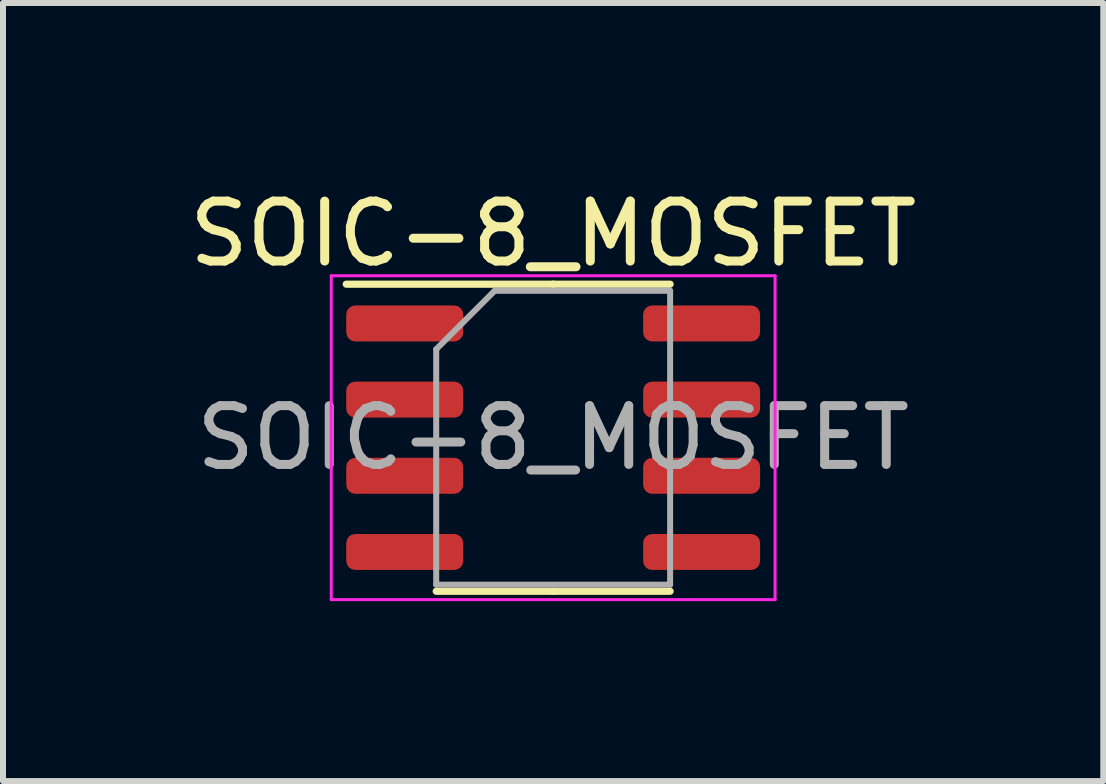
<source format=kicad_pcb>
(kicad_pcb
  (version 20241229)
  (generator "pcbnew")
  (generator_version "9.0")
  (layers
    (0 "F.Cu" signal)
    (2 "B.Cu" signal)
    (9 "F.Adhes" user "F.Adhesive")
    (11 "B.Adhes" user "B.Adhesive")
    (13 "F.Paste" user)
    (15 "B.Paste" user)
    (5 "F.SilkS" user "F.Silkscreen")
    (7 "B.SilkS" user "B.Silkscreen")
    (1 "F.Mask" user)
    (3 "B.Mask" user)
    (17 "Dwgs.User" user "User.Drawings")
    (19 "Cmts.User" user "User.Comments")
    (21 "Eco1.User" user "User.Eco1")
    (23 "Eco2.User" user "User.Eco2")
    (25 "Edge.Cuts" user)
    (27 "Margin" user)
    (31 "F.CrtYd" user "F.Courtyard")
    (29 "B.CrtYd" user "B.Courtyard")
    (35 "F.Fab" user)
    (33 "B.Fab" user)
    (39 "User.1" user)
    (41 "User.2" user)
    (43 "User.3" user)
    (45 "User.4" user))
  (footprint "SOIC-8_MOSFET"
    (layer "F.Cu")
    (at 6.173 4.248)
    (property "Reference" "SOIC-8_MOSFET" (at 0 -3.4 0) (layer "F.SilkS") (effects (font (size 1 1) (thickness 0.15))))
    (attr smd)
    (fp_line (start 0 -2.56) (end -3.45 -2.56) (stroke (width 0.12) (type solid)) (layer "F.SilkS"))
    (fp_line (start 0 -2.56) (end 1.95 -2.56) (stroke (width 0.12) (type solid)) (layer "F.SilkS"))
    (fp_line (start 0 2.56) (end -1.95 2.56) (stroke (width 0.12) (type solid)) (layer "F.SilkS"))
    (fp_line (start 0 2.56) (end 1.95 2.56) (stroke (width 0.12) (type solid)) (layer "F.SilkS"))
    (fp_line (start -3.7 -2.7) (end -3.7 2.7) (stroke (width 0.05) (type solid)) (layer "F.CrtYd"))
    (fp_line (start -3.7 2.7) (end 3.7 2.7) (stroke (width 0.05) (type solid)) (layer "F.CrtYd"))
    (fp_line (start 3.7 -2.7) (end -3.7 -2.7) (stroke (width 0.05) (type solid)) (layer "F.CrtYd"))
    (fp_line (start 3.7 2.7) (end 3.7 -2.7) (stroke (width 0.05) (type solid)) (layer "F.CrtYd"))
    (fp_line (start -1.95 -1.475) (end -0.975 -2.45) (stroke (width 0.1) (type solid)) (layer "F.Fab"))
    (fp_line (start -1.95 2.45) (end -1.95 -1.475) (stroke (width 0.1) (type solid)) (layer "F.Fab"))
    (fp_line (start -0.975 -2.45) (end 1.95 -2.45) (stroke (width 0.1) (type solid)) (layer "F.Fab"))
    (fp_line (start 1.95 -2.45) (end 1.95 2.45) (stroke (width 0.1) (type solid)) (layer "F.Fab"))
    (fp_line (start 1.95 2.45) (end -1.95 2.45) (stroke (width 0.1) (type solid)) (layer "F.Fab"))
    (fp_text user "${REFERENCE}" (at 0 0 0) (layer "F.Fab") (effects (font (size 0.98 0.98) (thickness 0.15))))
    (pad "1" smd roundrect (at -2.475 1.905) (size 1.95 0.6) (layers "F.Cu" "F.Mask" "F.Paste") (roundrect_rratio 0.25))
    (pad "2" smd roundrect (at 2.475 -1.905) (size 1.95 0.6) (layers "F.Cu" "F.Mask" "F.Paste") (roundrect_rratio 0.25))
    (pad "2" smd roundrect (at 2.475 -0.635) (size 1.95 0.6) (layers "F.Cu" "F.Mask" "F.Paste") (roundrect_rratio 0.25))
    (pad "2" smd roundrect (at 2.475 0.635) (size 1.95 0.6) (layers "F.Cu" "F.Mask" "F.Paste") (roundrect_rratio 0.25))
    (pad "2" smd roundrect (at 2.475 1.905) (size 1.95 0.6) (layers "F.Cu" "F.Mask" "F.Paste") (roundrect_rratio 0.25))
    (pad "3" smd roundrect (at -2.475 -1.905) (size 1.95 0.6) (layers "F.Cu" "F.Mask" "F.Paste") (roundrect_rratio 0.25))
    (pad "3" smd roundrect (at -2.475 -0.635) (size 1.95 0.6) (layers "F.Cu" "F.Mask" "F.Paste") (roundrect_rratio 0.25))
    (pad "3" smd roundrect (at -2.475 0.635) (size 1.95 0.6) (layers "F.Cu" "F.Mask" "F.Paste") (roundrect_rratio 0.25)))
  (gr_rect
    (start -3 -3)
    (end 15.345 9.973)
    (stroke (width 0.1) (type default))
    (fill no)
    (layer "Edge.Cuts")))
</source>
